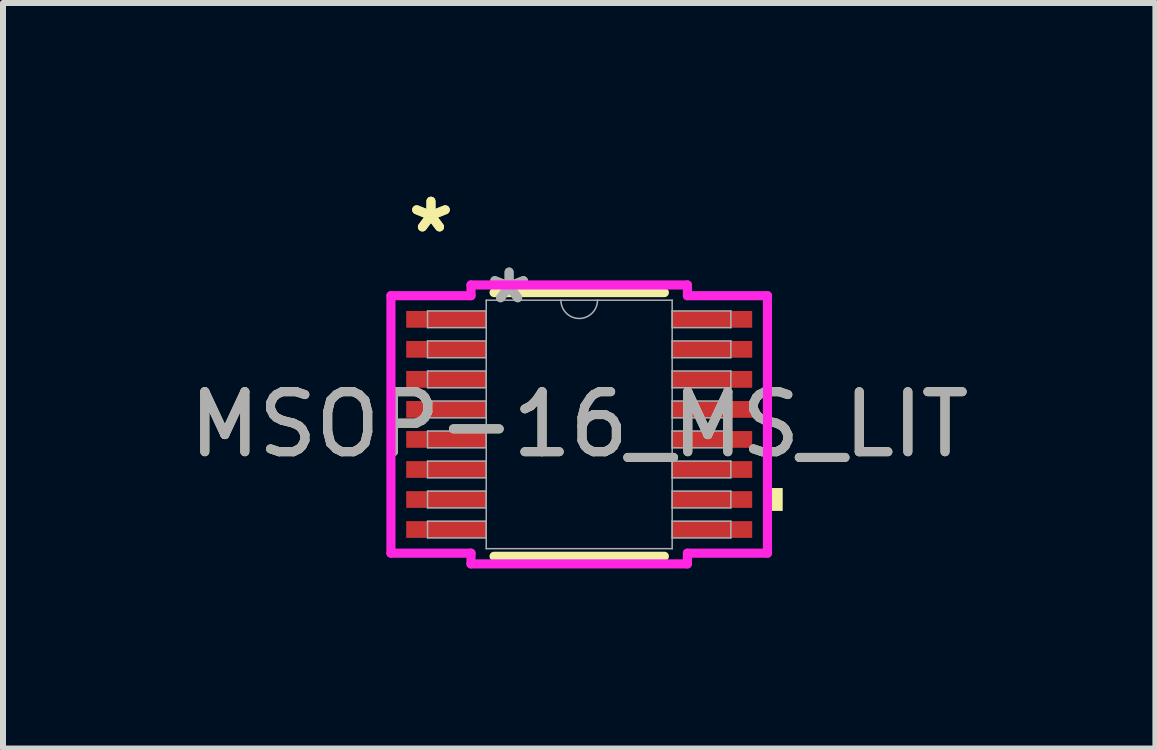
<source format=kicad_pcb>
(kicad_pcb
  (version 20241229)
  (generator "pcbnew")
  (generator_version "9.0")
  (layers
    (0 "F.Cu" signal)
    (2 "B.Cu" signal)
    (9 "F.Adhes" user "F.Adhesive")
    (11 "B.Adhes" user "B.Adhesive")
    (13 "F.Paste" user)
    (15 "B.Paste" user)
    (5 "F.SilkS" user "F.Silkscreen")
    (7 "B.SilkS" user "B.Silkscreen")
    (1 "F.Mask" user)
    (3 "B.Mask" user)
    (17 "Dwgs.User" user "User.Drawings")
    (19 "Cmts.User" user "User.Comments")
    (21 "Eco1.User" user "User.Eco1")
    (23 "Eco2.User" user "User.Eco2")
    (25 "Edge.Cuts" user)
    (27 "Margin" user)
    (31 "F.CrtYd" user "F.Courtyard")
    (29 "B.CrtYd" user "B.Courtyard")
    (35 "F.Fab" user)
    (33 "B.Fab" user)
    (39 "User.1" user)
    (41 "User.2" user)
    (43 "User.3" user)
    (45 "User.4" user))
  (footprint "MSOP-16_MS_LIT"
    (layer "F.Cu")
    (at 6.601 4.022)
    (property "Reference" "MSOP-16_MS_LIT" (at 0 0 0) (unlocked yes) (layer "F.SilkS") (effects (font (size 1 1) (thickness 0.15))))
    (attr smd)
    (fp_line (start -1.419 2.197) (end 1.419 2.197) (stroke (width 0.152) (type solid)) (layer "F.SilkS"))
    (fp_line (start 1.419 -2.197) (end -1.419 -2.197) (stroke (width 0.152) (type solid)) (layer "F.SilkS"))
    (fp_poly (pts (xy 3.391 1.06) (xy 3.391 1.441) (xy 3.137 1.441) (xy 3.137 1.06)) (stroke (width 0) (type solid)) (fill yes) (layer "F.SilkS"))
    (fp_line (start -3.137 -2.145) (end -1.803 -2.145) (stroke (width 0.152) (type solid)) (layer "F.CrtYd"))
    (fp_line (start -3.137 2.145) (end -3.137 -2.145) (stroke (width 0.152) (type solid)) (layer "F.CrtYd"))
    (fp_line (start -3.137 2.145) (end -1.803 2.145) (stroke (width 0.152) (type solid)) (layer "F.CrtYd"))
    (fp_line (start -1.803 -2.324) (end 1.803 -2.324) (stroke (width 0.152) (type solid)) (layer "F.CrtYd"))
    (fp_line (start -1.803 -2.145) (end -1.803 -2.324) (stroke (width 0.152) (type solid)) (layer "F.CrtYd"))
    (fp_line (start -1.803 2.324) (end -1.803 2.145) (stroke (width 0.152) (type solid)) (layer "F.CrtYd"))
    (fp_line (start 1.803 -2.324) (end 1.803 -2.145) (stroke (width 0.152) (type solid)) (layer "F.CrtYd"))
    (fp_line (start 1.803 2.145) (end 1.803 2.324) (stroke (width 0.152) (type solid)) (layer "F.CrtYd"))
    (fp_line (start 1.803 2.324) (end -1.803 2.324) (stroke (width 0.152) (type solid)) (layer "F.CrtYd"))
    (fp_line (start 3.137 -2.145) (end 1.803 -2.145) (stroke (width 0.152) (type solid)) (layer "F.CrtYd"))
    (fp_line (start 3.137 -2.145) (end 3.137 2.145) (stroke (width 0.152) (type solid)) (layer "F.CrtYd"))
    (fp_line (start 3.137 2.145) (end 1.803 2.145) (stroke (width 0.152) (type solid)) (layer "F.CrtYd"))
    (fp_line (start -2.527 -1.891) (end -2.527 -1.612) (stroke (width 0.025) (type solid)) (layer "F.Fab"))
    (fp_line (start -2.527 -1.612) (end -1.549 -1.612) (stroke (width 0.025) (type solid)) (layer "F.Fab"))
    (fp_line (start -2.527 -1.391) (end -2.527 -1.111) (stroke (width 0.025) (type solid)) (layer "F.Fab"))
    (fp_line (start -2.527 -1.111) (end -1.549 -1.111) (stroke (width 0.025) (type solid)) (layer "F.Fab"))
    (fp_line (start -2.527 -0.89) (end -2.527 -0.611) (stroke (width 0.025) (type solid)) (layer "F.Fab"))
    (fp_line (start -2.527 -0.611) (end -1.549 -0.611) (stroke (width 0.025) (type solid)) (layer "F.Fab"))
    (fp_line (start -2.527 -0.39) (end -2.527 -0.11) (stroke (width 0.025) (type solid)) (layer "F.Fab"))
    (fp_line (start -2.527 -0.11) (end -1.549 -0.11) (stroke (width 0.025) (type solid)) (layer "F.Fab"))
    (fp_line (start -2.527 0.11) (end -2.527 0.39) (stroke (width 0.025) (type solid)) (layer "F.Fab"))
    (fp_line (start -2.527 0.39) (end -1.549 0.39) (stroke (width 0.025) (type solid)) (layer "F.Fab"))
    (fp_line (start -2.527 0.611) (end -2.527 0.89) (stroke (width 0.025) (type solid)) (layer "F.Fab"))
    (fp_line (start -2.527 0.89) (end -1.549 0.89) (stroke (width 0.025) (type solid)) (layer "F.Fab"))
    (fp_line (start -2.527 1.111) (end -2.527 1.391) (stroke (width 0.025) (type solid)) (layer "F.Fab"))
    (fp_line (start -2.527 1.391) (end -1.549 1.391) (stroke (width 0.025) (type solid)) (layer "F.Fab"))
    (fp_line (start -2.527 1.612) (end -2.527 1.891) (stroke (width 0.025) (type solid)) (layer "F.Fab"))
    (fp_line (start -2.527 1.891) (end -1.549 1.891) (stroke (width 0.025) (type solid)) (layer "F.Fab"))
    (fp_line (start -1.549 -2.07) (end -1.549 2.07) (stroke (width 0.025) (type solid)) (layer "F.Fab"))
    (fp_line (start -1.549 -1.891) (end -2.527 -1.891) (stroke (width 0.025) (type solid)) (layer "F.Fab"))
    (fp_line (start -1.549 -1.612) (end -1.549 -1.891) (stroke (width 0.025) (type solid)) (layer "F.Fab"))
    (fp_line (start -1.549 -1.391) (end -2.527 -1.391) (stroke (width 0.025) (type solid)) (layer "F.Fab"))
    (fp_line (start -1.549 -1.111) (end -1.549 -1.391) (stroke (width 0.025) (type solid)) (layer "F.Fab"))
    (fp_line (start -1.549 -0.89) (end -2.527 -0.89) (stroke (width 0.025) (type solid)) (layer "F.Fab"))
    (fp_line (start -1.549 -0.611) (end -1.549 -0.89) (stroke (width 0.025) (type solid)) (layer "F.Fab"))
    (fp_line (start -1.549 -0.39) (end -2.527 -0.39) (stroke (width 0.025) (type solid)) (layer "F.Fab"))
    (fp_line (start -1.549 -0.11) (end -1.549 -0.39) (stroke (width 0.025) (type solid)) (layer "F.Fab"))
    (fp_line (start -1.549 0.11) (end -2.527 0.11) (stroke (width 0.025) (type solid)) (layer "F.Fab"))
    (fp_line (start -1.549 0.39) (end -1.549 0.11) (stroke (width 0.025) (type solid)) (layer "F.Fab"))
    (fp_line (start -1.549 0.611) (end -2.527 0.611) (stroke (width 0.025) (type solid)) (layer "F.Fab"))
    (fp_line (start -1.549 0.89) (end -1.549 0.611) (stroke (width 0.025) (type solid)) (layer "F.Fab"))
    (fp_line (start -1.549 1.111) (end -2.527 1.111) (stroke (width 0.025) (type solid)) (layer "F.Fab"))
    (fp_line (start -1.549 1.391) (end -1.549 1.111) (stroke (width 0.025) (type solid)) (layer "F.Fab"))
    (fp_line (start -1.549 1.612) (end -2.527 1.612) (stroke (width 0.025) (type solid)) (layer "F.Fab"))
    (fp_line (start -1.549 1.891) (end -1.549 1.612) (stroke (width 0.025) (type solid)) (layer "F.Fab"))
    (fp_line (start -1.549 2.07) (end 1.549 2.07) (stroke (width 0.025) (type solid)) (layer "F.Fab"))
    (fp_line (start 1.549 -2.07) (end -1.549 -2.07) (stroke (width 0.025) (type solid)) (layer "F.Fab"))
    (fp_line (start 1.549 -1.891) (end 1.549 -1.612) (stroke (width 0.025) (type solid)) (layer "F.Fab"))
    (fp_line (start 1.549 -1.612) (end 2.527 -1.612) (stroke (width 0.025) (type solid)) (layer "F.Fab"))
    (fp_line (start 1.549 -1.391) (end 1.549 -1.111) (stroke (width 0.025) (type solid)) (layer "F.Fab"))
    (fp_line (start 1.549 -1.111) (end 2.527 -1.111) (stroke (width 0.025) (type solid)) (layer "F.Fab"))
    (fp_line (start 1.549 -0.89) (end 1.549 -0.611) (stroke (width 0.025) (type solid)) (layer "F.Fab"))
    (fp_line (start 1.549 -0.611) (end 2.527 -0.611) (stroke (width 0.025) (type solid)) (layer "F.Fab"))
    (fp_line (start 1.549 -0.39) (end 1.549 -0.11) (stroke (width 0.025) (type solid)) (layer "F.Fab"))
    (fp_line (start 1.549 -0.11) (end 2.527 -0.11) (stroke (width 0.025) (type solid)) (layer "F.Fab"))
    (fp_line (start 1.549 0.11) (end 1.549 0.39) (stroke (width 0.025) (type solid)) (layer "F.Fab"))
    (fp_line (start 1.549 0.39) (end 2.527 0.39) (stroke (width 0.025) (type solid)) (layer "F.Fab"))
    (fp_line (start 1.549 0.611) (end 1.549 0.89) (stroke (width 0.025) (type solid)) (layer "F.Fab"))
    (fp_line (start 1.549 0.89) (end 2.527 0.89) (stroke (width 0.025) (type solid)) (layer "F.Fab"))
    (fp_line (start 1.549 1.111) (end 1.549 1.391) (stroke (width 0.025) (type solid)) (layer "F.Fab"))
    (fp_line (start 1.549 1.391) (end 2.527 1.391) (stroke (width 0.025) (type solid)) (layer "F.Fab"))
    (fp_line (start 1.549 1.612) (end 1.549 1.891) (stroke (width 0.025) (type solid)) (layer "F.Fab"))
    (fp_line (start 1.549 1.891) (end 2.527 1.891) (stroke (width 0.025) (type solid)) (layer "F.Fab"))
    (fp_line (start 1.549 2.07) (end 1.549 -2.07) (stroke (width 0.025) (type solid)) (layer "F.Fab"))
    (fp_line (start 2.527 -1.891) (end 1.549 -1.891) (stroke (width 0.025) (type solid)) (layer "F.Fab"))
    (fp_line (start 2.527 -1.612) (end 2.527 -1.891) (stroke (width 0.025) (type solid)) (layer "F.Fab"))
    (fp_line (start 2.527 -1.391) (end 1.549 -1.391) (stroke (width 0.025) (type solid)) (layer "F.Fab"))
    (fp_line (start 2.527 -1.111) (end 2.527 -1.391) (stroke (width 0.025) (type solid)) (layer "F.Fab"))
    (fp_line (start 2.527 -0.89) (end 1.549 -0.89) (stroke (width 0.025) (type solid)) (layer "F.Fab"))
    (fp_line (start 2.527 -0.611) (end 2.527 -0.89) (stroke (width 0.025) (type solid)) (layer "F.Fab"))
    (fp_line (start 2.527 -0.39) (end 1.549 -0.39) (stroke (width 0.025) (type solid)) (layer "F.Fab"))
    (fp_line (start 2.527 -0.11) (end 2.527 -0.39) (stroke (width 0.025) (type solid)) (layer "F.Fab"))
    (fp_line (start 2.527 0.11) (end 1.549 0.11) (stroke (width 0.025) (type solid)) (layer "F.Fab"))
    (fp_line (start 2.527 0.39) (end 2.527 0.11) (stroke (width 0.025) (type solid)) (layer "F.Fab"))
    (fp_line (start 2.527 0.611) (end 1.549 0.611) (stroke (width 0.025) (type solid)) (layer "F.Fab"))
    (fp_line (start 2.527 0.89) (end 2.527 0.611) (stroke (width 0.025) (type solid)) (layer "F.Fab"))
    (fp_line (start 2.527 1.111) (end 1.549 1.111) (stroke (width 0.025) (type solid)) (layer "F.Fab"))
    (fp_line (start 2.527 1.391) (end 2.527 1.111) (stroke (width 0.025) (type solid)) (layer "F.Fab"))
    (fp_line (start 2.527 1.612) (end 1.549 1.612) (stroke (width 0.025) (type solid)) (layer "F.Fab"))
    (fp_line (start 2.527 1.891) (end 2.527 1.612) (stroke (width 0.025) (type solid)) (layer "F.Fab"))
    (fp_arc (start 0.3048 -2.0701) (mid 0 -1.7653) (end -0.3048 -2.0701) (stroke (width 0.0254) (type solid)) (layer "F.Fab"))
    (fp_text user "*" (at -2.47 -3.174 0) (layer "F.SilkS") (effects (font (size 1 1) (thickness 0.15))))
    (fp_text user "*" (at -2.47 -3.174 0) (unlocked yes) (layer "F.SilkS") (effects (font (size 1 1) (thickness 0.15))))
    (fp_text user "${REFERENCE}" (at 0 0 0) (unlocked yes) (layer "F.Fab") (effects (font (size 1 1) (thickness 0.15))))
    (fp_text user "*" (at -1.168 -1.994 0) (unlocked yes) (layer "F.Fab") (effects (font (size 1 1) (thickness 0.15))))
    (fp_text user "*" (at -1.168 -1.994 0) (layer "F.Fab") (effects (font (size 1 1) (thickness 0.15))))
    (pad "1" smd rect (at -2.216 -1.751) (size 1.333 0.279) (layers "F.Cu" "F.Mask" "F.Paste"))
    (pad "2" smd rect (at -2.216 -1.251) (size 1.333 0.279) (layers "F.Cu" "F.Mask" "F.Paste"))
    (pad "3" smd rect (at -2.216 -0.751) (size 1.333 0.279) (layers "F.Cu" "F.Mask" "F.Paste"))
    (pad "4" smd rect (at -2.216 -0.25) (size 1.333 0.279) (layers "F.Cu" "F.Mask" "F.Paste"))
    (pad "5" smd rect (at -2.216 0.25) (size 1.333 0.279) (layers "F.Cu" "F.Mask" "F.Paste"))
    (pad "6" smd rect (at -2.216 0.751) (size 1.333 0.279) (layers "F.Cu" "F.Mask" "F.Paste"))
    (pad "7" smd rect (at -2.216 1.251) (size 1.333 0.279) (layers "F.Cu" "F.Mask" "F.Paste"))
    (pad "8" smd rect (at -2.216 1.751) (size 1.333 0.279) (layers "F.Cu" "F.Mask" "F.Paste"))
    (pad "9" smd rect (at 2.216 1.751) (size 1.333 0.279) (layers "F.Cu" "F.Mask" "F.Paste"))
    (pad "10" smd rect (at 2.216 1.251) (size 1.333 0.279) (layers "F.Cu" "F.Mask" "F.Paste"))
    (pad "11" smd rect (at 2.216 0.751) (size 1.333 0.279) (layers "F.Cu" "F.Mask" "F.Paste"))
    (pad "12" smd rect (at 2.216 0.25) (size 1.333 0.279) (layers "F.Cu" "F.Mask" "F.Paste"))
    (pad "13" smd rect (at 2.216 -0.25) (size 1.333 0.279) (layers "F.Cu" "F.Mask" "F.Paste"))
    (pad "14" smd rect (at 2.216 -0.751) (size 1.333 0.279) (layers "F.Cu" "F.Mask" "F.Paste"))
    (pad "15" smd rect (at 2.216 -1.251) (size 1.333 0.279) (layers "F.Cu" "F.Mask" "F.Paste"))
    (pad "16" smd rect (at 2.216 -1.751) (size 1.333 0.279) (layers "F.Cu" "F.Mask" "F.Paste")))
  (gr_rect
    (start -3 -3)
    (end 16.202 9.422)
    (stroke (width 0.1) (type default))
    (fill no)
    (layer "Edge.Cuts")))
</source>
